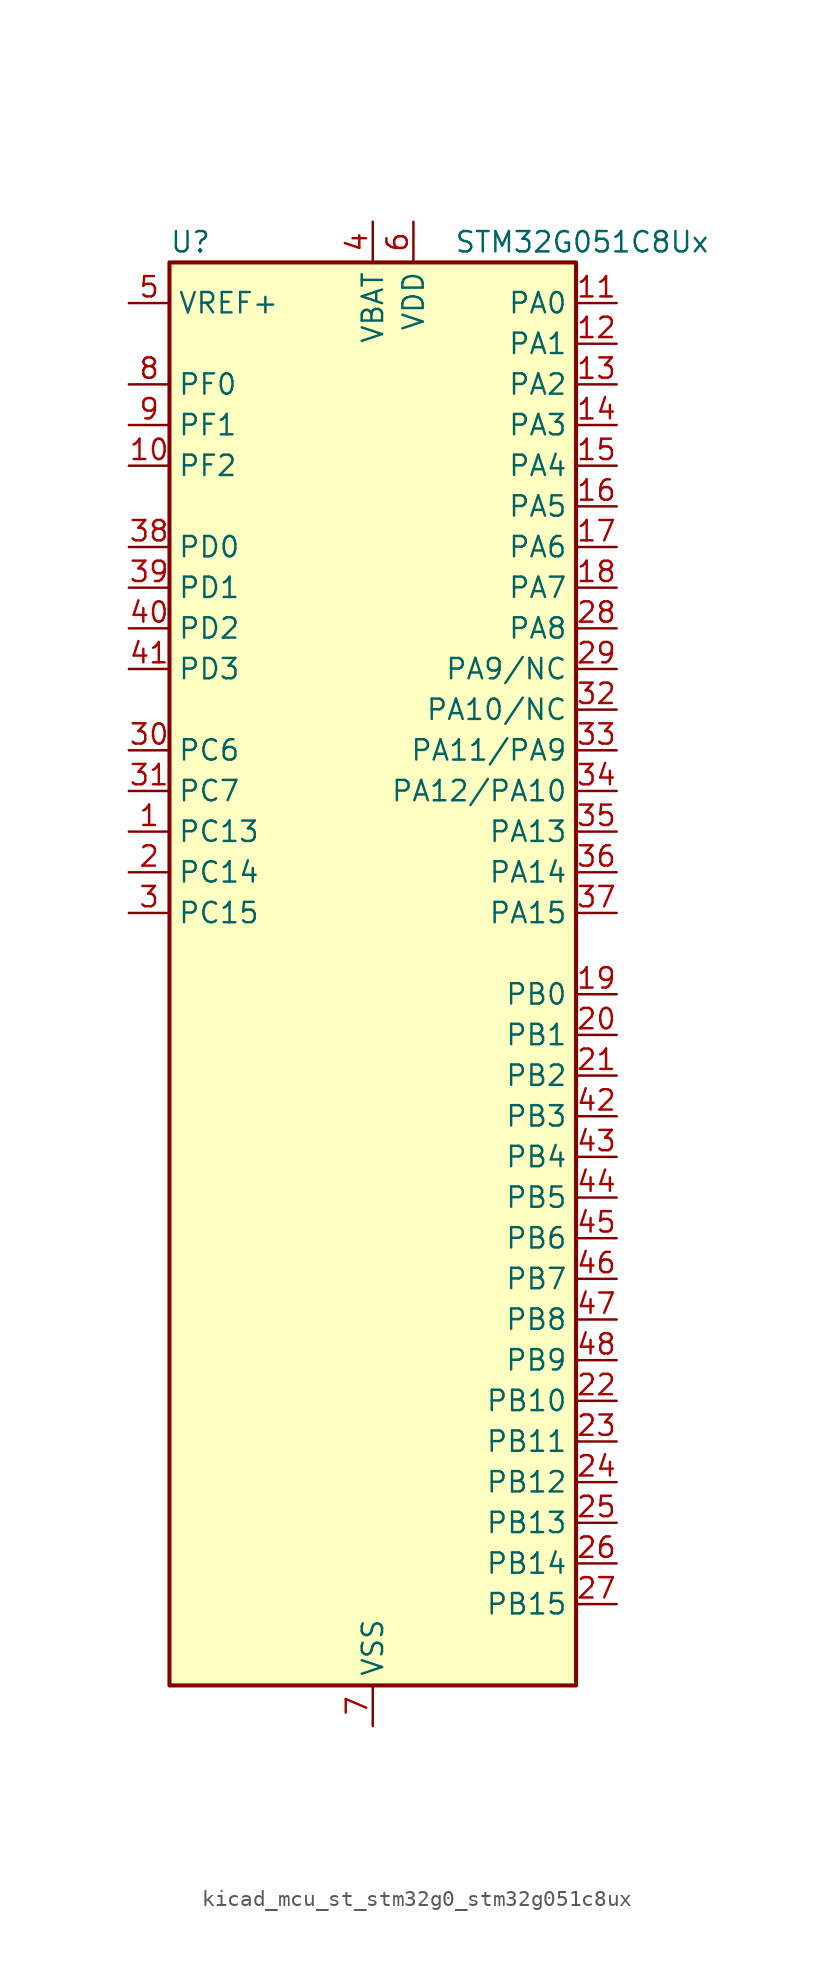
<source format=kicad_sym>
(kicad_symbol_lib
  (version 20220914)
  (generator kicad_symbol_editor)
  (symbol "kicad_mcu_st_stm32g0_stm32g051c8ux"
    (property "Reference" "U"
      (at -12.7 46.99 0)
      (effects (font (size 1.27 1.27)) (justify left)))
    (property "Value" "STM32G051C8Ux"
      (at 5.08 46.99 0)
      (effects (font (size 1.27 1.27)) (justify left)))
    (property "ki_locked" ""
      (at 0 0 0)
      (effects (font (size 1.27 1.27))))
    (symbol "kicad_mcu_st_stm32g0_stm32g051c8ux_0_1"
      (rectangle (start -12.7 -43.18) (end 12.7 45.72) (stroke (width 0.254) (type default)) (fill (type background))))
    (symbol "kicad_mcu_st_stm32g0_stm32g051c8ux_1_1"
      (pin bidirectional line (at -15.24 10.16 0) (length 2.54) (name "PC13" (effects (font (size 1.27 1.27)))) (number "1" (effects (font (size 1.27 1.27)))) (alternate "RTC_OUT1" bidirectional line) (alternate "RTC_TAMP_IN1" bidirectional line) (alternate "RTC_TS" bidirectional line) (alternate "SYS_WKUP2" bidirectional line) (alternate "TIM1_BK" bidirectional line))
      (pin bidirectional line (at -15.24 33.02 0) (length 2.54) (name "PF2" (effects (font (size 1.27 1.27)))) (number "10" (effects (font (size 1.27 1.27)))) (alternate "RCC_MCO" bidirectional line))
      (pin bidirectional line (at 15.24 43.18 180) (length 2.54) (name "PA0" (effects (font (size 1.27 1.27)))) (number "11" (effects (font (size 1.27 1.27)))) (alternate "ADC1_IN0" bidirectional line) (alternate "COMP1_INM" bidirectional line) (alternate "COMP1_OUT" bidirectional line) (alternate "LPTIM1_OUT" bidirectional line) (alternate "RTC_TAMP_IN2" bidirectional line) (alternate "SPI2_SCK" bidirectional line) (alternate "SYS_WKUP1" bidirectional line) (alternate "TIM2_CH1" bidirectional line) (alternate "TIM2_ETR" bidirectional line) (alternate "USART2_CTS" bidirectional line) (alternate "USART2_NSS" bidirectional line))
      (pin bidirectional line (at 15.24 40.64 180) (length 2.54) (name "PA1" (effects (font (size 1.27 1.27)))) (number "12" (effects (font (size 1.27 1.27)))) (alternate "ADC1_IN1" bidirectional line) (alternate "COMP1_INP" bidirectional line) (alternate "I2C1_SMBA" bidirectional line) (alternate "I2S1_CK" bidirectional line) (alternate "SPI1_SCK" bidirectional line) (alternate "TIM15_CH1N" bidirectional line) (alternate "TIM2_CH2" bidirectional line) (alternate "USART2_CK" bidirectional line) (alternate "USART2_DE" bidirectional line) (alternate "USART2_RTS" bidirectional line))
      (pin bidirectional line (at 15.24 38.1 180) (length 2.54) (name "PA2" (effects (font (size 1.27 1.27)))) (number "13" (effects (font (size 1.27 1.27)))) (alternate "ADC1_IN2" bidirectional line) (alternate "COMP2_INM" bidirectional line) (alternate "COMP2_OUT" bidirectional line) (alternate "I2S1_SD" bidirectional line) (alternate "LPUART1_TX" bidirectional line) (alternate "RCC_LSCO" bidirectional line) (alternate "SPI1_MOSI" bidirectional line) (alternate "SYS_WKUP4" bidirectional line) (alternate "TIM15_CH1" bidirectional line) (alternate "TIM2_CH3" bidirectional line) (alternate "USART2_TX" bidirectional line))
      (pin bidirectional line (at 15.24 35.56 180) (length 2.54) (name "PA3" (effects (font (size 1.27 1.27)))) (number "14" (effects (font (size 1.27 1.27)))) (alternate "ADC1_IN3" bidirectional line) (alternate "COMP2_INP" bidirectional line) (alternate "LPUART1_RX" bidirectional line) (alternate "SPI2_MISO" bidirectional line) (alternate "TIM15_CH2" bidirectional line) (alternate "TIM2_CH4" bidirectional line) (alternate "USART2_RX" bidirectional line))
      (pin bidirectional line (at 15.24 33.02 180) (length 2.54) (name "PA4" (effects (font (size 1.27 1.27)))) (number "15" (effects (font (size 1.27 1.27)))) (alternate "ADC1_IN4" bidirectional line) (alternate "DAC1_OUT1" bidirectional line) (alternate "I2S1_WS" bidirectional line) (alternate "LPTIM2_OUT" bidirectional line) (alternate "RTC_OUT2" bidirectional line) (alternate "SPI1_NSS" bidirectional line) (alternate "SPI2_MOSI" bidirectional line) (alternate "TIM14_CH1" bidirectional line))
      (pin bidirectional line (at 15.24 30.48 180) (length 2.54) (name "PA5" (effects (font (size 1.27 1.27)))) (number "16" (effects (font (size 1.27 1.27)))) (alternate "ADC1_IN5" bidirectional line) (alternate "DAC1_OUT2" bidirectional line) (alternate "I2S1_CK" bidirectional line) (alternate "LPTIM2_ETR" bidirectional line) (alternate "SPI1_SCK" bidirectional line) (alternate "TIM2_CH1" bidirectional line) (alternate "TIM2_ETR" bidirectional line))
      (pin bidirectional line (at 15.24 27.94 180) (length 2.54) (name "PA6" (effects (font (size 1.27 1.27)))) (number "17" (effects (font (size 1.27 1.27)))) (alternate "ADC1_IN6" bidirectional line) (alternate "COMP1_OUT" bidirectional line) (alternate "I2S1_MCK" bidirectional line) (alternate "LPUART1_CTS" bidirectional line) (alternate "SPI1_MISO" bidirectional line) (alternate "TIM16_CH1" bidirectional line) (alternate "TIM1_BK" bidirectional line) (alternate "TIM3_CH1" bidirectional line))
      (pin bidirectional line (at 15.24 25.4 180) (length 2.54) (name "PA7" (effects (font (size 1.27 1.27)))) (number "18" (effects (font (size 1.27 1.27)))) (alternate "ADC1_IN7" bidirectional line) (alternate "COMP2_OUT" bidirectional line) (alternate "I2S1_SD" bidirectional line) (alternate "SPI1_MOSI" bidirectional line) (alternate "TIM14_CH1" bidirectional line) (alternate "TIM17_CH1" bidirectional line) (alternate "TIM1_CH1N" bidirectional line) (alternate "TIM3_CH2" bidirectional line))
      (pin bidirectional line (at 15.24 0 180) (length 2.54) (name "PB0" (effects (font (size 1.27 1.27)))) (number "19" (effects (font (size 1.27 1.27)))) (alternate "ADC1_IN8" bidirectional line) (alternate "COMP1_OUT" bidirectional line) (alternate "I2S1_WS" bidirectional line) (alternate "LPTIM1_OUT" bidirectional line) (alternate "SPI1_NSS" bidirectional line) (alternate "TIM1_CH2N" bidirectional line) (alternate "TIM3_CH3" bidirectional line))
      (pin bidirectional line (at -15.24 7.62 0) (length 2.54) (name "PC14" (effects (font (size 1.27 1.27)))) (number "2" (effects (font (size 1.27 1.27)))) (alternate "RCC_OSC32_IN" bidirectional line) (alternate "TIM1_BK2" bidirectional line))
      (pin bidirectional line (at 15.24 -2.54 180) (length 2.54) (name "PB1" (effects (font (size 1.27 1.27)))) (number "20" (effects (font (size 1.27 1.27)))) (alternate "ADC1_IN9" bidirectional line) (alternate "COMP1_INM" bidirectional line) (alternate "LPTIM2_IN1" bidirectional line) (alternate "LPUART1_DE" bidirectional line) (alternate "LPUART1_RTS" bidirectional line) (alternate "TIM14_CH1" bidirectional line) (alternate "TIM1_CH3N" bidirectional line) (alternate "TIM3_CH4" bidirectional line))
      (pin bidirectional line (at 15.24 -5.08 180) (length 2.54) (name "PB2" (effects (font (size 1.27 1.27)))) (number "21" (effects (font (size 1.27 1.27)))) (alternate "ADC1_IN10" bidirectional line) (alternate "COMP1_INP" bidirectional line) (alternate "LPTIM1_OUT" bidirectional line) (alternate "SPI2_MISO" bidirectional line))
      (pin bidirectional line (at 15.24 -25.4 180) (length 2.54) (name "PB10" (effects (font (size 1.27 1.27)))) (number "22" (effects (font (size 1.27 1.27)))) (alternate "ADC1_IN11" bidirectional line) (alternate "COMP1_OUT" bidirectional line) (alternate "I2C2_SCL" bidirectional line) (alternate "LPUART1_RX" bidirectional line) (alternate "SPI2_SCK" bidirectional line) (alternate "TIM2_CH3" bidirectional line))
      (pin bidirectional line (at 15.24 -27.94 180) (length 2.54) (name "PB11" (effects (font (size 1.27 1.27)))) (number "23" (effects (font (size 1.27 1.27)))) (alternate "ADC1_EXTI11" bidirectional line) (alternate "ADC1_IN15" bidirectional line) (alternate "COMP2_OUT" bidirectional line) (alternate "I2C2_SDA" bidirectional line) (alternate "LPUART1_TX" bidirectional line) (alternate "SPI2_MOSI" bidirectional line) (alternate "TIM2_CH4" bidirectional line))
      (pin bidirectional line (at 15.24 -30.48 180) (length 2.54) (name "PB12" (effects (font (size 1.27 1.27)))) (number "24" (effects (font (size 1.27 1.27)))) (alternate "ADC1_IN16" bidirectional line) (alternate "LPUART1_DE" bidirectional line) (alternate "LPUART1_RTS" bidirectional line) (alternate "SPI2_NSS" bidirectional line) (alternate "TIM15_BK" bidirectional line) (alternate "TIM1_BK" bidirectional line))
      (pin bidirectional line (at 15.24 -33.02 180) (length 2.54) (name "PB13" (effects (font (size 1.27 1.27)))) (number "25" (effects (font (size 1.27 1.27)))) (alternate "I2C2_SCL" bidirectional line) (alternate "LPUART1_CTS" bidirectional line) (alternate "SPI2_SCK" bidirectional line) (alternate "TIM15_CH1N" bidirectional line) (alternate "TIM1_CH1N" bidirectional line))
      (pin bidirectional line (at 15.24 -35.56 180) (length 2.54) (name "PB14" (effects (font (size 1.27 1.27)))) (number "26" (effects (font (size 1.27 1.27)))) (alternate "I2C2_SDA" bidirectional line) (alternate "SPI2_MISO" bidirectional line) (alternate "TIM15_CH1" bidirectional line) (alternate "TIM1_CH2N" bidirectional line))
      (pin bidirectional line (at 15.24 -38.1 180) (length 2.54) (name "PB15" (effects (font (size 1.27 1.27)))) (number "27" (effects (font (size 1.27 1.27)))) (alternate "RTC_REFIN" bidirectional line) (alternate "SPI2_MOSI" bidirectional line) (alternate "TIM15_CH1N" bidirectional line) (alternate "TIM15_CH2" bidirectional line) (alternate "TIM1_CH3N" bidirectional line))
      (pin bidirectional line (at 15.24 22.86 180) (length 2.54) (name "PA8" (effects (font (size 1.27 1.27)))) (number "28" (effects (font (size 1.27 1.27)))) (alternate "LPTIM2_OUT" bidirectional line) (alternate "RCC_MCO" bidirectional line) (alternate "SPI2_NSS" bidirectional line) (alternate "TIM1_CH1" bidirectional line))
      (pin bidirectional line (at 15.24 20.32 180) (length 2.54) (name "PA9/NC" (effects (font (size 1.27 1.27)))) (number "29" (effects (font (size 1.27 1.27)))) (alternate "DAC1_EXTI9" bidirectional line) (alternate "I2C1_SCL" bidirectional line) (alternate "RCC_MCO" bidirectional line) (alternate "SPI2_MISO" bidirectional line) (alternate "TIM15_BK" bidirectional line) (alternate "TIM1_CH2" bidirectional line) (alternate "USART1_TX" bidirectional line))
      (pin bidirectional line (at -15.24 5.08 0) (length 2.54) (name "PC15" (effects (font (size 1.27 1.27)))) (number "3" (effects (font (size 1.27 1.27)))) (alternate "RCC_OSC32_EN" bidirectional line) (alternate "RCC_OSC32_OUT" bidirectional line) (alternate "RCC_OSC_EN" bidirectional line) (alternate "TIM15_BK" bidirectional line))
      (pin bidirectional line (at -15.24 15.24 0) (length 2.54) (name "PC6" (effects (font (size 1.27 1.27)))) (number "30" (effects (font (size 1.27 1.27)))) (alternate "TIM2_CH3" bidirectional line) (alternate "TIM3_CH1" bidirectional line))
      (pin bidirectional line (at -15.24 12.7 0) (length 2.54) (name "PC7" (effects (font (size 1.27 1.27)))) (number "31" (effects (font (size 1.27 1.27)))) (alternate "TIM2_CH4" bidirectional line) (alternate "TIM3_CH2" bidirectional line))
      (pin bidirectional line (at 15.24 17.78 180) (length 2.54) (name "PA10/NC" (effects (font (size 1.27 1.27)))) (number "32" (effects (font (size 1.27 1.27)))) (alternate "I2C1_SDA" bidirectional line) (alternate "SPI2_MOSI" bidirectional line) (alternate "TIM17_BK" bidirectional line) (alternate "TIM1_CH3" bidirectional line) (alternate "USART1_RX" bidirectional line))
      (pin bidirectional line (at 15.24 15.24 180) (length 2.54) (name "PA11/PA9" (effects (font (size 1.27 1.27)))) (number "33" (effects (font (size 1.27 1.27)))) (alternate "ADC1_EXTI11" bidirectional line) (alternate "COMP1_OUT" bidirectional line) (alternate "I2C2_SCL" bidirectional line) (alternate "I2S1_MCK" bidirectional line) (alternate "SPI1_MISO" bidirectional line) (alternate "TIM1_BK2" bidirectional line) (alternate "TIM1_CH4" bidirectional line) (alternate "USART1_CTS" bidirectional line) (alternate "USART1_NSS" bidirectional line))
      (pin bidirectional line (at 15.24 12.7 180) (length 2.54) (name "PA12/PA10" (effects (font (size 1.27 1.27)))) (number "34" (effects (font (size 1.27 1.27)))) (alternate "COMP2_OUT" bidirectional line) (alternate "I2C2_SDA" bidirectional line) (alternate "I2S1_SD" bidirectional line) (alternate "I2S_CKIN" bidirectional line) (alternate "SPI1_MOSI" bidirectional line) (alternate "TIM1_ETR" bidirectional line) (alternate "USART1_CK" bidirectional line) (alternate "USART1_DE" bidirectional line) (alternate "USART1_RTS" bidirectional line))
      (pin bidirectional line (at 15.24 10.16 180) (length 2.54) (name "PA13" (effects (font (size 1.27 1.27)))) (number "35" (effects (font (size 1.27 1.27)))) (alternate "ADC1_IN17" bidirectional line) (alternate "IR_OUT" bidirectional line) (alternate "SYS_SWDIO" bidirectional line))
      (pin bidirectional line (at 15.24 7.62 180) (length 2.54) (name "PA14" (effects (font (size 1.27 1.27)))) (number "36" (effects (font (size 1.27 1.27)))) (alternate "ADC1_IN18" bidirectional line) (alternate "SYS_SWCLK" bidirectional line) (alternate "USART2_TX" bidirectional line))
      (pin bidirectional line (at 15.24 5.08 180) (length 2.54) (name "PA15" (effects (font (size 1.27 1.27)))) (number "37" (effects (font (size 1.27 1.27)))) (alternate "I2S1_WS" bidirectional line) (alternate "SPI1_NSS" bidirectional line) (alternate "TIM2_CH1" bidirectional line) (alternate "TIM2_ETR" bidirectional line) (alternate "USART2_RX" bidirectional line))
      (pin bidirectional line (at -15.24 27.94 0) (length 2.54) (name "PD0" (effects (font (size 1.27 1.27)))) (number "38" (effects (font (size 1.27 1.27)))) (alternate "SPI2_NSS" bidirectional line) (alternate "TIM16_CH1" bidirectional line))
      (pin bidirectional line (at -15.24 25.4 0) (length 2.54) (name "PD1" (effects (font (size 1.27 1.27)))) (number "39" (effects (font (size 1.27 1.27)))) (alternate "SPI2_SCK" bidirectional line) (alternate "TIM17_CH1" bidirectional line))
      (pin power_in line (at 0 48.26 270) (length 2.54) (name "VBAT" (effects (font (size 1.27 1.27)))) (number "4" (effects (font (size 1.27 1.27)))))
      (pin bidirectional line (at -15.24 22.86 0) (length 2.54) (name "PD2" (effects (font (size 1.27 1.27)))) (number "40" (effects (font (size 1.27 1.27)))) (alternate "TIM1_CH1N" bidirectional line) (alternate "TIM3_ETR" bidirectional line))
      (pin bidirectional line (at -15.24 20.32 0) (length 2.54) (name "PD3" (effects (font (size 1.27 1.27)))) (number "41" (effects (font (size 1.27 1.27)))) (alternate "SPI2_MISO" bidirectional line) (alternate "TIM1_CH2N" bidirectional line) (alternate "USART2_CTS" bidirectional line) (alternate "USART2_NSS" bidirectional line))
      (pin bidirectional line (at 15.24 -7.62 180) (length 2.54) (name "PB3" (effects (font (size 1.27 1.27)))) (number "42" (effects (font (size 1.27 1.27)))) (alternate "COMP2_INM" bidirectional line) (alternate "I2S1_CK" bidirectional line) (alternate "SPI1_SCK" bidirectional line) (alternate "TIM1_CH2" bidirectional line) (alternate "TIM2_CH2" bidirectional line) (alternate "USART1_CK" bidirectional line) (alternate "USART1_DE" bidirectional line) (alternate "USART1_RTS" bidirectional line))
      (pin bidirectional line (at 15.24 -10.16 180) (length 2.54) (name "PB4" (effects (font (size 1.27 1.27)))) (number "43" (effects (font (size 1.27 1.27)))) (alternate "COMP2_INP" bidirectional line) (alternate "I2S1_MCK" bidirectional line) (alternate "SPI1_MISO" bidirectional line) (alternate "TIM17_BK" bidirectional line) (alternate "TIM3_CH1" bidirectional line) (alternate "USART1_CTS" bidirectional line) (alternate "USART1_NSS" bidirectional line))
      (pin bidirectional line (at 15.24 -12.7 180) (length 2.54) (name "PB5" (effects (font (size 1.27 1.27)))) (number "44" (effects (font (size 1.27 1.27)))) (alternate "COMP2_OUT" bidirectional line) (alternate "I2C1_SMBA" bidirectional line) (alternate "I2S1_SD" bidirectional line) (alternate "LPTIM1_IN1" bidirectional line) (alternate "SPI1_MOSI" bidirectional line) (alternate "SYS_WKUP6" bidirectional line) (alternate "TIM16_BK" bidirectional line) (alternate "TIM3_CH2" bidirectional line))
      (pin bidirectional line (at 15.24 -15.24 180) (length 2.54) (name "PB6" (effects (font (size 1.27 1.27)))) (number "45" (effects (font (size 1.27 1.27)))) (alternate "COMP2_INP" bidirectional line) (alternate "I2C1_SCL" bidirectional line) (alternate "LPTIM1_ETR" bidirectional line) (alternate "SPI2_MISO" bidirectional line) (alternate "TIM16_CH1N" bidirectional line) (alternate "TIM1_CH3" bidirectional line) (alternate "USART1_TX" bidirectional line))
      (pin bidirectional line (at 15.24 -17.78 180) (length 2.54) (name "PB7" (effects (font (size 1.27 1.27)))) (number "46" (effects (font (size 1.27 1.27)))) (alternate "COMP2_INM" bidirectional line) (alternate "I2C1_SDA" bidirectional line) (alternate "LPTIM1_IN2" bidirectional line) (alternate "SPI2_MOSI" bidirectional line) (alternate "SYS_PVD_IN" bidirectional line) (alternate "TIM17_CH1N" bidirectional line) (alternate "USART1_RX" bidirectional line))
      (pin bidirectional line (at 15.24 -20.32 180) (length 2.54) (name "PB8" (effects (font (size 1.27 1.27)))) (number "47" (effects (font (size 1.27 1.27)))) (alternate "I2C1_SCL" bidirectional line) (alternate "SPI2_SCK" bidirectional line) (alternate "TIM15_BK" bidirectional line) (alternate "TIM16_CH1" bidirectional line))
      (pin bidirectional line (at 15.24 -22.86 180) (length 2.54) (name "PB9" (effects (font (size 1.27 1.27)))) (number "48" (effects (font (size 1.27 1.27)))) (alternate "DAC1_EXTI9" bidirectional line) (alternate "I2C1_SDA" bidirectional line) (alternate "IR_OUT" bidirectional line) (alternate "SPI2_NSS" bidirectional line) (alternate "TIM17_CH1" bidirectional line))
      (pin passive line (at 0 -45.72 90) (length 2.54) hide (name "VSS" (effects (font (size 1.27 1.27)))) (number "49" (effects (font (size 1.27 1.27)))))
      (pin input line (at -15.24 43.18 0) (length 2.54) (name "VREF+" (effects (font (size 1.27 1.27)))) (number "5" (effects (font (size 1.27 1.27)))) (alternate "VREFBUF_OUT" bidirectional line))
      (pin power_in line (at 2.54 48.26 270) (length 2.54) (name "VDD" (effects (font (size 1.27 1.27)))) (number "6" (effects (font (size 1.27 1.27)))))
      (pin power_in line (at 0 -45.72 90) (length 2.54) (name "VSS" (effects (font (size 1.27 1.27)))) (number "7" (effects (font (size 1.27 1.27)))))
      (pin bidirectional line (at -15.24 38.1 0) (length 2.54) (name "PF0" (effects (font (size 1.27 1.27)))) (number "8" (effects (font (size 1.27 1.27)))) (alternate "RCC_OSC_IN" bidirectional line) (alternate "TIM14_CH1" bidirectional line))
      (pin bidirectional line (at -15.24 35.56 0) (length 2.54) (name "PF1" (effects (font (size 1.27 1.27)))) (number "9" (effects (font (size 1.27 1.27)))) (alternate "RCC_OSC_EN" bidirectional line) (alternate "RCC_OSC_OUT" bidirectional line) (alternate "TIM15_CH1N" bidirectional line)))))
</source>
